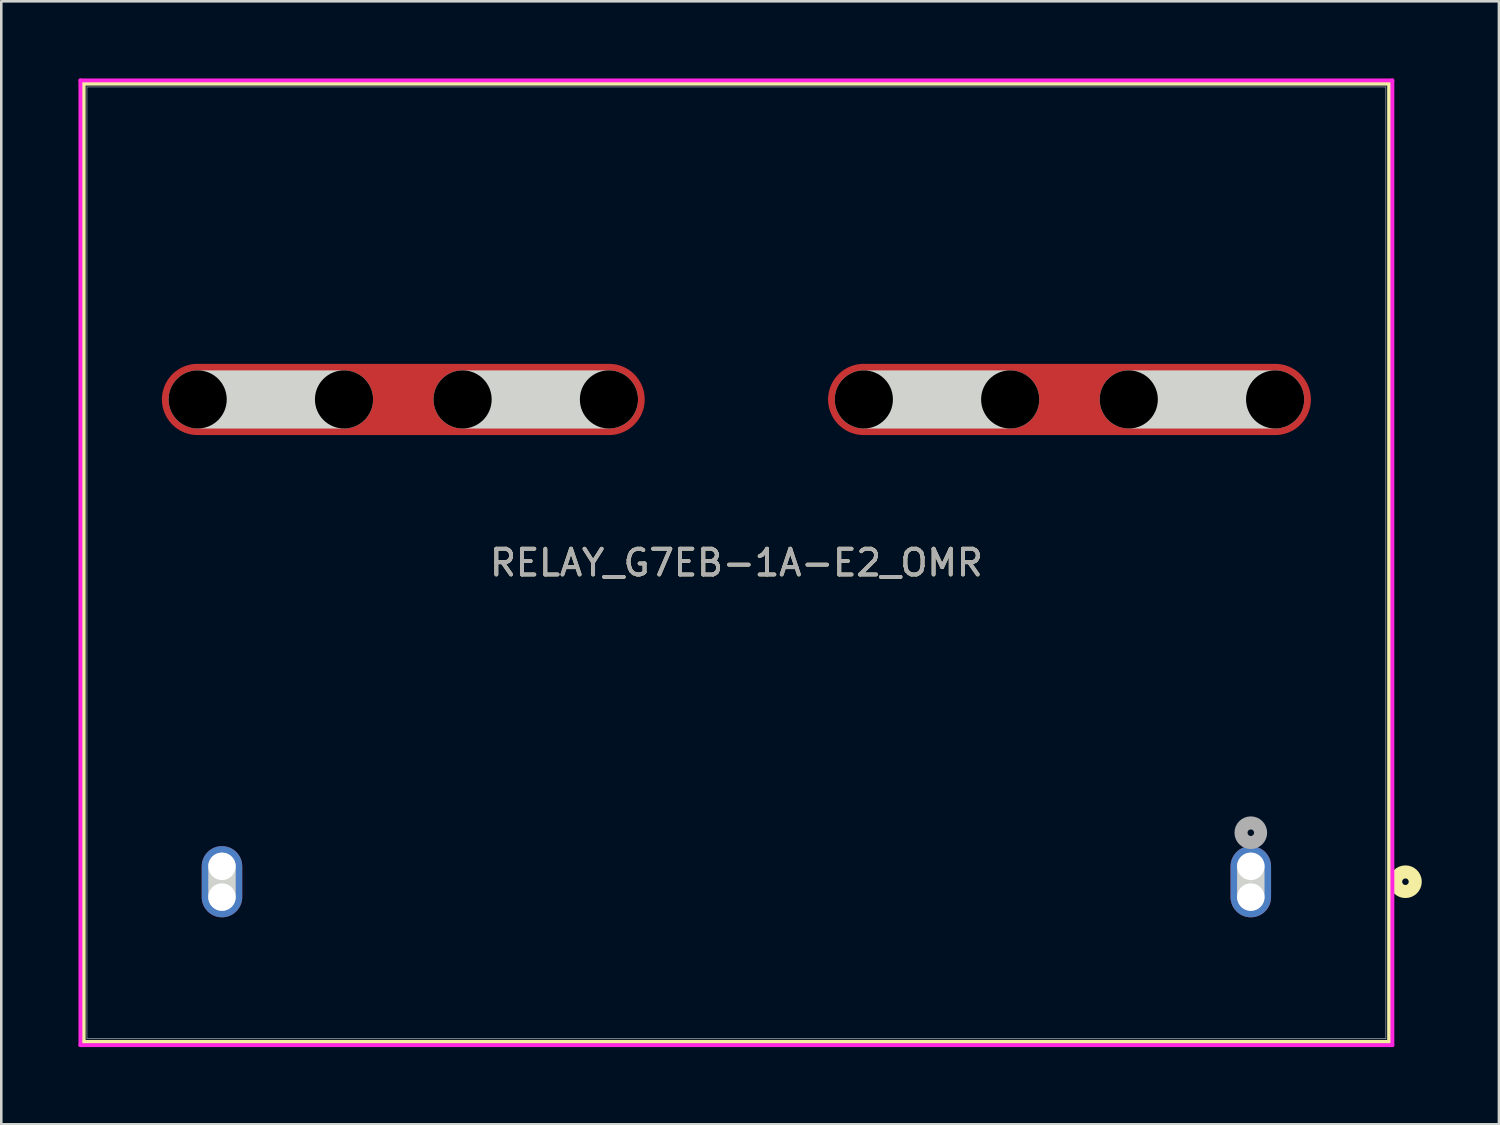
<source format=kicad_pcb>
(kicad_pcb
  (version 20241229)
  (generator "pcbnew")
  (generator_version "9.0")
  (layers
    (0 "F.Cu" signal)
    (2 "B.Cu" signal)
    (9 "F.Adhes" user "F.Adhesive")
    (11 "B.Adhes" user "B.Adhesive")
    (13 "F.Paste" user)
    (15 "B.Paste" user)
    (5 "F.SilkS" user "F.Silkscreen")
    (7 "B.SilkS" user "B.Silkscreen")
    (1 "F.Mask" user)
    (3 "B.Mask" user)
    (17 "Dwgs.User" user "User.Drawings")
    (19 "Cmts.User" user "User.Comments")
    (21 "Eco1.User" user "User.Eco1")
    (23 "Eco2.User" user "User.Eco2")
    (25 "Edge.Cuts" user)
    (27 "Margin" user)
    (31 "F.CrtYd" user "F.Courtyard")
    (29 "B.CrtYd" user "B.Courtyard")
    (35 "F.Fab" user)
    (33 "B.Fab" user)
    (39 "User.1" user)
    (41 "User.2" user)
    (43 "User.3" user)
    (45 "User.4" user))
  (footprint "RELAY_G7EB-1A-E2_OMR"
    (layer "F.Cu")
    (at 25.58 18.83)
    (property "Reference" "RELAY_G7EB-1A-E2_OMR" (at 0 0 0) (unlocked yes) (layer "F.SilkS") (effects (font (size 1 1) (thickness 0.15))))
    (fp_line (start -25.377 -18.627) (end 25.377 -18.627) (stroke (width 0.152) (type solid)) (layer "F.SilkS"))
    (fp_line (start -25.377 18.627) (end -25.377 -18.627) (stroke (width 0.152) (type solid)) (layer "F.SilkS"))
    (fp_line (start 25.377 -18.627) (end 25.377 18.627) (stroke (width 0.152) (type solid)) (layer "F.SilkS"))
    (fp_line (start 25.377 18.627) (end -25.377 18.627) (stroke (width 0.152) (type solid)) (layer "F.SilkS"))
    (fp_circle (center 26.012 12.4) (end 26.393 12.4) (stroke (width 0.508) (type solid)) (fill no) (layer "F.SilkS"))
    (fp_line (start -20.945 -6.35) (end -15.255 -6.35) (stroke (width 2.261) (type solid)) (layer "Edge.Cuts"))
    (fp_line (start -20 12.997) (end -20 11.803) (stroke (width 1.067) (type solid)) (layer "Edge.Cuts"))
    (fp_line (start -10.645 -6.35) (end -4.955 -6.35) (stroke (width 2.261) (type solid)) (layer "Edge.Cuts"))
    (fp_line (start 4.955 -6.35) (end 10.645 -6.35) (stroke (width 2.261) (type solid)) (layer "Edge.Cuts"))
    (fp_line (start 15.255 -6.35) (end 20.945 -6.35) (stroke (width 2.261) (type solid)) (layer "Edge.Cuts"))
    (fp_line (start 20 12.997) (end 20 11.803) (stroke (width 1.067) (type solid)) (layer "Edge.Cuts"))
    (fp_line (start -25.504 -18.754) (end -25.504 18.754) (stroke (width 0.152) (type solid)) (layer "F.CrtYd"))
    (fp_line (start -25.504 18.754) (end 25.504 18.754) (stroke (width 0.152) (type solid)) (layer "F.CrtYd"))
    (fp_line (start 25.504 -18.754) (end -25.504 -18.754) (stroke (width 0.152) (type solid)) (layer "F.CrtYd"))
    (fp_line (start 25.504 18.754) (end 25.504 -18.754) (stroke (width 0.152) (type solid)) (layer "F.CrtYd"))
    (fp_line (start -25.25 -18.5) (end -25.25 18.5) (stroke (width 0.025) (type solid)) (layer "F.Fab"))
    (fp_line (start -25.25 18.5) (end 25.25 18.5) (stroke (width 0.025) (type solid)) (layer "F.Fab"))
    (fp_line (start 25.25 -18.5) (end -25.25 -18.5) (stroke (width 0.025) (type solid)) (layer "F.Fab"))
    (fp_line (start 25.25 18.5) (end 25.25 -18.5) (stroke (width 0.025) (type solid)) (layer "F.Fab"))
    (fp_circle (center 20 10.495) (end 20.381 10.495) (stroke (width 0.508) (type solid)) (fill no) (layer "F.Fab"))
    (fp_text user "${REFERENCE}" (at 0 0 0) (unlocked yes) (layer "F.Fab") (effects (font (size 1 1) (thickness 0.15))))
    (pad "" np_thru_hole circle (at -20.945 -6.35) (size 2.261 2.261) (drill 2.261) (layers))
    (pad "" np_thru_hole circle (at -20 11.803) (size 1.067 1.067) (drill 1.067) (layers "*.Cu" "*.Mask"))
    (pad "" np_thru_hole circle (at -20 12.997) (size 1.067 1.067) (drill 1.067) (layers "*.Cu" "*.Mask"))
    (pad "" np_thru_hole circle (at -15.255 -6.35) (size 2.261 2.261) (drill 2.261) (layers))
    (pad "" np_thru_hole circle (at -10.645 -6.35) (size 2.261 2.261) (drill 2.261) (layers))
    (pad "" np_thru_hole circle (at -4.955 -6.35) (size 2.261 2.261) (drill 2.261) (layers))
    (pad "" np_thru_hole circle (at 4.955 -6.35) (size 2.261 2.261) (drill 2.261) (layers))
    (pad "" np_thru_hole circle (at 10.645 -6.35) (size 2.261 2.261) (drill 2.261) (layers))
    (pad "" np_thru_hole circle (at 15.255 -6.35) (size 2.261 2.261) (drill 2.261) (layers))
    (pad "" np_thru_hole circle (at 20 11.803) (size 1.067 1.067) (drill 1.067) (layers "*.Cu" "*.Mask"))
    (pad "" np_thru_hole circle (at 20 12.997) (size 1.067 1.067) (drill 1.067) (layers "*.Cu" "*.Mask"))
    (pad "" np_thru_hole circle (at 20.945 -6.35) (size 2.261 2.261) (drill 2.261) (layers))
    (pad "1" thru_hole oval (at 20 12.4 90) (size 2.769 1.575) (drill 0.025) (layers "*.Cu" "*.Mask"))
    (pad "2" thru_hole oval (at -20 12.4 90) (size 2.769 1.575) (drill 0.025) (layers "*.Cu" "*.Mask"))
    (pad "3" smd oval (at 12.95 -6.35) (size 18.771 2.769) (layers "F.Cu" "F.Mask" "F.Paste"))
    (pad "4" smd oval (at -12.95 -6.35) (size 18.771 2.769) (layers "F.Cu" "F.Mask" "F.Paste")))
  (gr_rect
    (start -3 -3)
    (end 55.227 40.66)
    (stroke (width 0.1) (type default))
    (fill no)
    (layer "Edge.Cuts")))
</source>
